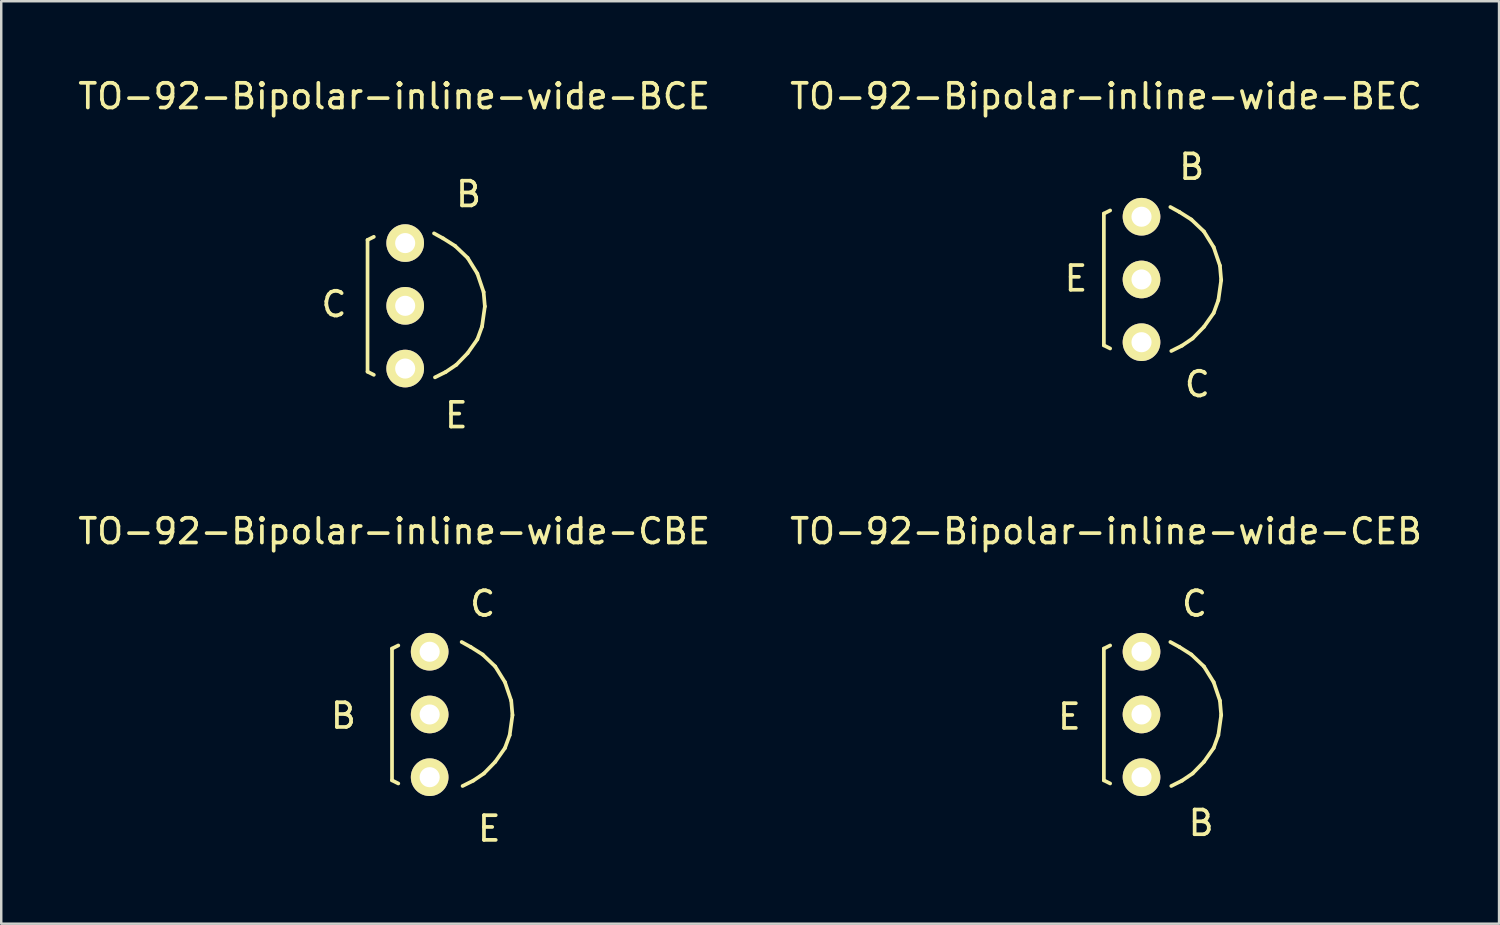
<source format=kicad_pcb>
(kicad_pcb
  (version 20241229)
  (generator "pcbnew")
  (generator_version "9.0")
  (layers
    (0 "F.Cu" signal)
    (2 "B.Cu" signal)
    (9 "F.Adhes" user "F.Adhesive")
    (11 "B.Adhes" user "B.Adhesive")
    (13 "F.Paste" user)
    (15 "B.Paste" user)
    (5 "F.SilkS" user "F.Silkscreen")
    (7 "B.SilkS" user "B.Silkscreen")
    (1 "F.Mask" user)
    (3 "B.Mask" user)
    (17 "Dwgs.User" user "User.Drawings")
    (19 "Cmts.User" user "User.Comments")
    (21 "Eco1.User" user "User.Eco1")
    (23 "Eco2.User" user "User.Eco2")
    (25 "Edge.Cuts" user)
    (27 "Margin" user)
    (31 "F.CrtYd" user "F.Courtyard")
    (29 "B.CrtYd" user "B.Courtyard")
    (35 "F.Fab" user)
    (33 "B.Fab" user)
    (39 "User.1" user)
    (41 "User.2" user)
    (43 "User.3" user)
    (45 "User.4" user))
  (footprint "TO-92-Bipolar-inline-wide-BEC"
    (layer "F.Cu")
    (at 43.167 8.265)
    (property "Reference" "TO-92-Bipolar-inline-wide-BEC" (at -1.435 -7.417 0) (layer "F.SilkS") (effects (font (size 1 1) (thickness 0.15))))
    (attr through_hole)
    (fp_line (start -1.524 -2.667) (end -1.524 2.667) (stroke (width 0.15) (type solid)) (layer "F.SilkS"))
    (fp_line (start -1.524 -2.667) (end -1.27 -2.794) (stroke (width 0.15) (type solid)) (layer "F.SilkS"))
    (fp_line (start -1.524 2.667) (end -1.27 2.794) (stroke (width 0.15) (type solid)) (layer "F.SilkS"))
    (fp_line (start 1.168 -2.934) (end 1.537 -2.731) (stroke (width 0.15) (type solid)) (layer "F.SilkS"))
    (fp_line (start 1.537 -2.731) (end 2.019 -2.426) (stroke (width 0.15) (type solid)) (layer "F.SilkS"))
    (fp_line (start 1.638 2.68) (end 1.206 2.896) (stroke (width 0.15) (type solid)) (layer "F.SilkS"))
    (fp_line (start 2.019 -2.426) (end 2.527 -1.943) (stroke (width 0.15) (type solid)) (layer "F.SilkS"))
    (fp_line (start 2.07 2.388) (end 1.638 2.68) (stroke (width 0.15) (type solid)) (layer "F.SilkS"))
    (fp_line (start 2.527 -1.943) (end 2.921 -1.308) (stroke (width 0.15) (type solid)) (layer "F.SilkS"))
    (fp_line (start 2.527 1.918) (end 2.07 2.388) (stroke (width 0.15) (type solid)) (layer "F.SilkS"))
    (fp_line (start 2.921 -1.308) (end 3.175 -0.559) (stroke (width 0.15) (type solid)) (layer "F.SilkS"))
    (fp_line (start 2.921 1.359) (end 2.527 1.918) (stroke (width 0.15) (type solid)) (layer "F.SilkS"))
    (fp_line (start 3.111 0.838) (end 2.921 1.359) (stroke (width 0.15) (type solid)) (layer "F.SilkS"))
    (fp_line (start 3.175 -0.559) (end 3.226 0.025) (stroke (width 0.15) (type solid)) (layer "F.SilkS"))
    (fp_line (start 3.226 0.025) (end 3.111 0.838) (stroke (width 0.15) (type solid)) (layer "F.SilkS"))
    (fp_text user "B" (at 2.032 -4.559 0) (layer "F.SilkS") (effects (font (size 1 1) (thickness 0.15))))
    (fp_text user "C" (at 2.261 4.242 0) (layer "F.SilkS") (effects (font (size 1 1) (thickness 0.15))))
    (fp_text user "E" (at -2.654 -0.038 0) (layer "F.SilkS") (effects (font (size 1 1) (thickness 0.15))))
    (pad "B" thru_hole circle (at 0 -2.54) (size 1.524 1.524) (drill 0.813) (layers "*.Cu" "*.Mask" "F.SilkS"))
    (pad "C" thru_hole circle (at 0 2.54) (size 1.524 1.524) (drill 0.813) (layers "*.Cu" "*.Mask" "F.SilkS"))
    (pad "E" thru_hole circle (at 0 0) (size 1.524 1.524) (drill 0.813) (layers "*.Cu" "*.Mask" "F.SilkS")))
  (footprint "TO-92-Bipolar-inline-wide-BCE"
    (layer "F.Cu")
    (at 13.355 9.332)
    (property "Reference" "TO-92-Bipolar-inline-wide-BCE" (at -0.445 -8.484 0) (layer "F.SilkS") (effects (font (size 1 1) (thickness 0.15))))
    (attr through_hole)
    (fp_line (start -1.524 -2.667) (end -1.524 2.667) (stroke (width 0.15) (type solid)) (layer "F.SilkS"))
    (fp_line (start -1.524 -2.667) (end -1.27 -2.794) (stroke (width 0.15) (type solid)) (layer "F.SilkS"))
    (fp_line (start -1.524 2.667) (end -1.27 2.794) (stroke (width 0.15) (type solid)) (layer "F.SilkS"))
    (fp_line (start 1.168 -2.934) (end 1.537 -2.731) (stroke (width 0.15) (type solid)) (layer "F.SilkS"))
    (fp_line (start 1.537 -2.731) (end 2.019 -2.426) (stroke (width 0.15) (type solid)) (layer "F.SilkS"))
    (fp_line (start 1.638 2.68) (end 1.206 2.896) (stroke (width 0.15) (type solid)) (layer "F.SilkS"))
    (fp_line (start 2.019 -2.426) (end 2.527 -1.943) (stroke (width 0.15) (type solid)) (layer "F.SilkS"))
    (fp_line (start 2.07 2.388) (end 1.638 2.68) (stroke (width 0.15) (type solid)) (layer "F.SilkS"))
    (fp_line (start 2.527 -1.943) (end 2.921 -1.308) (stroke (width 0.15) (type solid)) (layer "F.SilkS"))
    (fp_line (start 2.527 1.918) (end 2.07 2.388) (stroke (width 0.15) (type solid)) (layer "F.SilkS"))
    (fp_line (start 2.921 -1.308) (end 3.175 -0.559) (stroke (width 0.15) (type solid)) (layer "F.SilkS"))
    (fp_line (start 2.921 1.359) (end 2.527 1.918) (stroke (width 0.15) (type solid)) (layer "F.SilkS"))
    (fp_line (start 3.111 0.838) (end 2.921 1.359) (stroke (width 0.15) (type solid)) (layer "F.SilkS"))
    (fp_line (start 3.175 -0.559) (end 3.226 0.025) (stroke (width 0.15) (type solid)) (layer "F.SilkS"))
    (fp_line (start 3.226 0.025) (end 3.111 0.838) (stroke (width 0.15) (type solid)) (layer "F.SilkS"))
    (fp_text user "B" (at 2.565 -4.521 0) (layer "F.SilkS") (effects (font (size 1 1) (thickness 0.15))))
    (fp_text user "E" (at 2.07 4.432 0) (layer "F.SilkS") (effects (font (size 1 1) (thickness 0.15))))
    (fp_text user "C" (at -2.883 -0.064 0) (layer "F.SilkS") (effects (font (size 1 1) (thickness 0.15))))
    (pad "B" thru_hole circle (at 0 -2.54) (size 1.524 1.524) (drill 0.813) (layers "*.Cu" "*.Mask" "F.SilkS"))
    (pad "C" thru_hole circle (at 0 0) (size 1.524 1.524) (drill 0.813) (layers "*.Cu" "*.Mask" "F.SilkS"))
    (pad "E" thru_hole circle (at 0 2.54) (size 1.524 1.524) (drill 0.813) (layers "*.Cu" "*.Mask" "F.SilkS")))
  (footprint "TO-92-Bipolar-inline-wide-CEB"
    (layer "F.Cu")
    (at 43.167 25.877)
    (property "Reference" "TO-92-Bipolar-inline-wide-CEB" (at -1.435 -7.417 0) (layer "F.SilkS") (effects (font (size 1 1) (thickness 0.15))))
    (attr through_hole)
    (fp_line (start -1.524 -2.667) (end -1.524 2.667) (stroke (width 0.15) (type solid)) (layer "F.SilkS"))
    (fp_line (start -1.524 -2.667) (end -1.27 -2.794) (stroke (width 0.15) (type solid)) (layer "F.SilkS"))
    (fp_line (start -1.524 2.667) (end -1.27 2.794) (stroke (width 0.15) (type solid)) (layer "F.SilkS"))
    (fp_line (start 1.168 -2.934) (end 1.537 -2.731) (stroke (width 0.15) (type solid)) (layer "F.SilkS"))
    (fp_line (start 1.537 -2.731) (end 2.019 -2.426) (stroke (width 0.15) (type solid)) (layer "F.SilkS"))
    (fp_line (start 1.638 2.68) (end 1.206 2.896) (stroke (width 0.15) (type solid)) (layer "F.SilkS"))
    (fp_line (start 2.019 -2.426) (end 2.527 -1.943) (stroke (width 0.15) (type solid)) (layer "F.SilkS"))
    (fp_line (start 2.07 2.388) (end 1.638 2.68) (stroke (width 0.15) (type solid)) (layer "F.SilkS"))
    (fp_line (start 2.527 -1.943) (end 2.921 -1.308) (stroke (width 0.15) (type solid)) (layer "F.SilkS"))
    (fp_line (start 2.527 1.918) (end 2.07 2.388) (stroke (width 0.15) (type solid)) (layer "F.SilkS"))
    (fp_line (start 2.921 -1.308) (end 3.175 -0.559) (stroke (width 0.15) (type solid)) (layer "F.SilkS"))
    (fp_line (start 2.921 1.359) (end 2.527 1.918) (stroke (width 0.15) (type solid)) (layer "F.SilkS"))
    (fp_line (start 3.111 0.838) (end 2.921 1.359) (stroke (width 0.15) (type solid)) (layer "F.SilkS"))
    (fp_line (start 3.175 -0.559) (end 3.226 0.025) (stroke (width 0.15) (type solid)) (layer "F.SilkS"))
    (fp_line (start 3.226 0.025) (end 3.111 0.838) (stroke (width 0.15) (type solid)) (layer "F.SilkS"))
    (fp_text user "E" (at -2.921 0.089 0) (layer "F.SilkS") (effects (font (size 1 1) (thickness 0.15))))
    (fp_text user "C" (at 2.146 -4.483 0) (layer "F.SilkS") (effects (font (size 1 1) (thickness 0.15))))
    (fp_text user "B" (at 2.413 4.394 0) (layer "F.SilkS") (effects (font (size 1 1) (thickness 0.15))))
    (pad "B" thru_hole circle (at 0 2.54) (size 1.524 1.524) (drill 0.813) (layers "*.Cu" "*.Mask" "F.SilkS"))
    (pad "C" thru_hole circle (at 0 -2.54) (size 1.524 1.524) (drill 0.813) (layers "*.Cu" "*.Mask" "F.SilkS"))
    (pad "E" thru_hole circle (at 0 0) (size 1.524 1.524) (drill 0.813) (layers "*.Cu" "*.Mask" "F.SilkS")))
  (footprint "TO-92-Bipolar-inline-wide-CBE"
    (layer "F.Cu")
    (at 14.346 25.877)
    (property "Reference" "TO-92-Bipolar-inline-wide-CBE" (at -1.435 -7.417 0) (layer "F.SilkS") (effects (font (size 1 1) (thickness 0.15))))
    (attr through_hole)
    (fp_line (start -1.524 -2.667) (end -1.524 2.667) (stroke (width 0.15) (type solid)) (layer "F.SilkS"))
    (fp_line (start -1.524 -2.667) (end -1.27 -2.794) (stroke (width 0.15) (type solid)) (layer "F.SilkS"))
    (fp_line (start -1.524 2.667) (end -1.27 2.794) (stroke (width 0.15) (type solid)) (layer "F.SilkS"))
    (fp_line (start 1.295 -2.934) (end 1.664 -2.731) (stroke (width 0.15) (type solid)) (layer "F.SilkS"))
    (fp_line (start 1.664 -2.731) (end 2.146 -2.426) (stroke (width 0.15) (type solid)) (layer "F.SilkS"))
    (fp_line (start 1.765 2.68) (end 1.333 2.896) (stroke (width 0.15) (type solid)) (layer "F.SilkS"))
    (fp_line (start 2.146 -2.426) (end 2.654 -1.943) (stroke (width 0.15) (type solid)) (layer "F.SilkS"))
    (fp_line (start 2.197 2.388) (end 1.765 2.68) (stroke (width 0.15) (type solid)) (layer "F.SilkS"))
    (fp_line (start 2.654 -1.943) (end 3.048 -1.308) (stroke (width 0.15) (type solid)) (layer "F.SilkS"))
    (fp_line (start 2.654 1.918) (end 2.197 2.388) (stroke (width 0.15) (type solid)) (layer "F.SilkS"))
    (fp_line (start 3.048 -1.308) (end 3.302 -0.559) (stroke (width 0.15) (type solid)) (layer "F.SilkS"))
    (fp_line (start 3.048 1.359) (end 2.654 1.918) (stroke (width 0.15) (type solid)) (layer "F.SilkS"))
    (fp_line (start 3.239 0.838) (end 3.048 1.359) (stroke (width 0.15) (type solid)) (layer "F.SilkS"))
    (fp_line (start 3.302 -0.559) (end 3.353 0.025) (stroke (width 0.15) (type solid)) (layer "F.SilkS"))
    (fp_line (start 3.353 0.025) (end 3.239 0.838) (stroke (width 0.15) (type solid)) (layer "F.SilkS"))
    (fp_text user "C" (at 2.146 -4.483 0) (layer "F.SilkS") (effects (font (size 1 1) (thickness 0.15))))
    (fp_text user "E" (at 2.413 4.623 0) (layer "F.SilkS") (effects (font (size 1 1) (thickness 0.15))))
    (fp_text user "B" (at -3.493 0.051 0) (layer "F.SilkS") (effects (font (size 1 1) (thickness 0.15))))
    (pad "B" thru_hole circle (at 0 0) (size 1.524 1.524) (drill 0.813) (layers "*.Cu" "*.Mask" "F.SilkS"))
    (pad "C" thru_hole circle (at 0 -2.54) (size 1.524 1.524) (drill 0.813) (layers "*.Cu" "*.Mask" "F.SilkS"))
    (pad "E" thru_hole circle (at 0 2.54) (size 1.524 1.524) (drill 0.813) (layers "*.Cu" "*.Mask" "F.SilkS")))
  (gr_rect
    (start -3 -3)
    (end 57.643 34.349)
    (stroke (width 0.1) (type default))
    (fill no)
    (layer "Edge.Cuts")))
</source>
